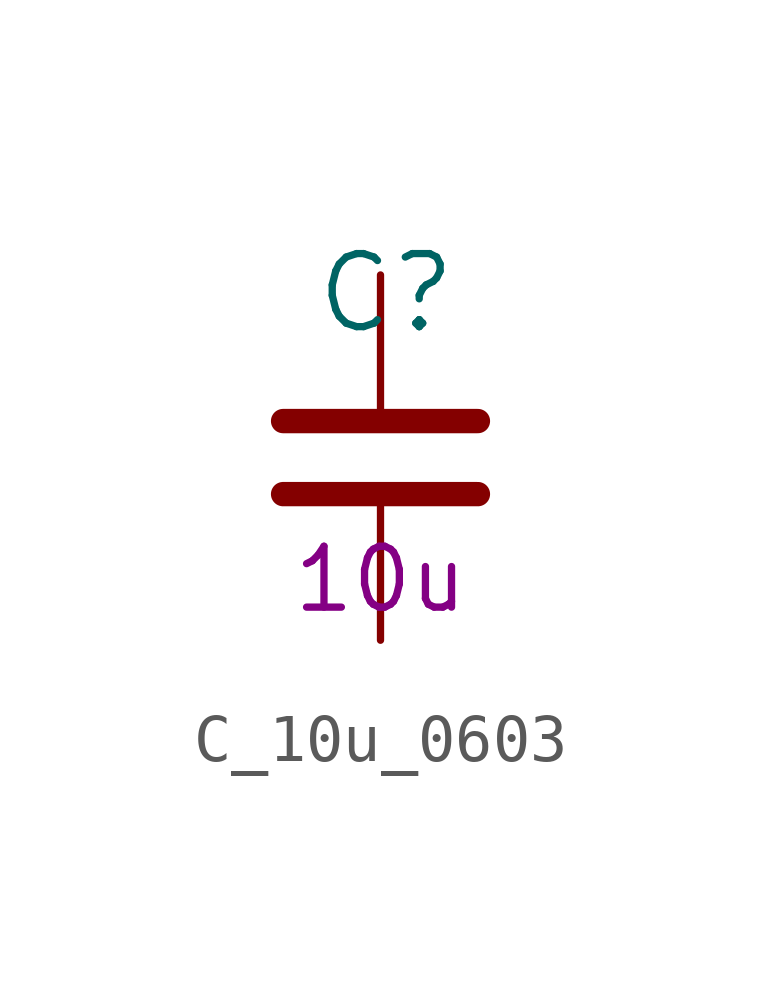
<source format=kicad_sym>
(kicad_symbol_lib
  (version 20211014)
  (generator kicad_symbol_editor)
  (symbol "C_10u_0603"
    (pin_names
      (offset 0))
    (property "Reference" "C"
      (at -1.397 3.429 0)
      (effects (font (size 1.524 1.524)) (justify left)))
    (property "Val" "10u"
      (at 0 -2.54 0)
      (effects (font (size 1.27 1.27))))
    (symbol "C_10u_0603_1_1"
      (polyline (pts (xy -2.032 -0.762) (xy 2.032 -0.762)) (stroke (width 0.508) (type default) (color 0 0 0 0)) (fill (type none)))
      (polyline (pts (xy -2.032 0.762) (xy 2.032 0.762)) (stroke (width 0.508) (type default) (color 0 0 0 0)) (fill (type none)))
      (pin passive line (at 0 3.81 270) (length 2.794) (name "~" (effects (font (size 0 0)))) (number "1" (effects (font (size 0 0)))))
      (pin passive line (at 0 -3.81 90) (length 2.794) (name "~" (effects (font (size 0 0)))) (number "2" (effects (font (size 0 0))))))))
</source>
